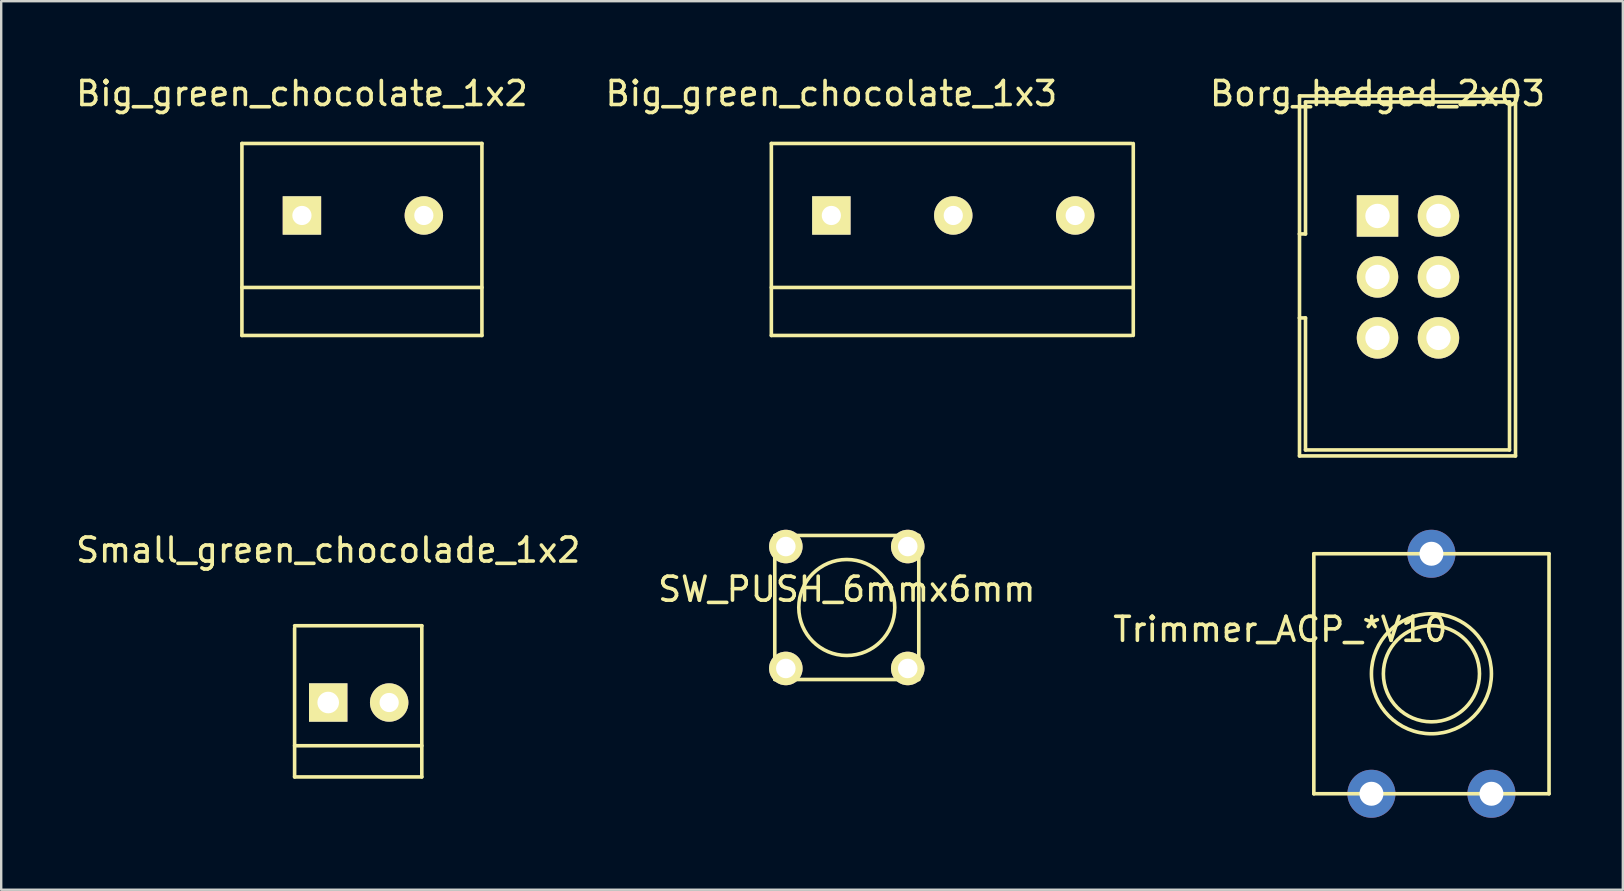
<source format=kicad_pcb>
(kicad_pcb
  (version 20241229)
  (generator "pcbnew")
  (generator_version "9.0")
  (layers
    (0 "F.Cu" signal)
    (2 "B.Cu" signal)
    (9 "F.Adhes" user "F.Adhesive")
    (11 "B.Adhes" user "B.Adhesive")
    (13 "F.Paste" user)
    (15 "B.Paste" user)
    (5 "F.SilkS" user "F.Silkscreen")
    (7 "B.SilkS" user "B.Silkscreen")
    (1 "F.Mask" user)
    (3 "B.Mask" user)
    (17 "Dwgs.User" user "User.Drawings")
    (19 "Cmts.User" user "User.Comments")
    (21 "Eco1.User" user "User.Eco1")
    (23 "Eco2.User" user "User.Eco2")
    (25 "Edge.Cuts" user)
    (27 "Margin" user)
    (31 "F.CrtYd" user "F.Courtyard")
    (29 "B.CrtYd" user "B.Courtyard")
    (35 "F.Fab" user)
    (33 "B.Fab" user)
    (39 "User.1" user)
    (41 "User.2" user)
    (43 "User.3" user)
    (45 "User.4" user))
  (footprint "Big_green_chocolate_1x2"
    (layer "F.Cu")
    (at 9.53 5.928)
    (property "Reference" "Big_green_chocolate_1x2" (at 0 -5.08 0) (layer "F.SilkS") (effects (font (size 1 1) (thickness 0.15))))
    (attr through_hole)
    (fp_line (start -2.5 -3) (end 7.5 -3) (stroke (width 0.15) (type solid)) (layer "F.SilkS"))
    (fp_line (start -2.5 3) (end 7.5 3) (stroke (width 0.15) (type solid)) (layer "F.SilkS"))
    (fp_line (start -2.5 5) (end -2.5 -3) (stroke (width 0.15) (type solid)) (layer "F.SilkS"))
    (fp_line (start 7.5 -3) (end 7.5 5) (stroke (width 0.15) (type solid)) (layer "F.SilkS"))
    (fp_line (start 7.5 5) (end -2.5 5) (stroke (width 0.15) (type solid)) (layer "F.SilkS"))
    (pad "1" thru_hole rect (at 0 0) (size 1.6 1.6) (drill 0.8) (layers "*.Cu" "*.Mask" "F.SilkS"))
    (pad "2" thru_hole circle (at 5.08 0) (size 1.6 1.6) (drill 0.8) (layers "*.Cu" "*.Mask" "F.SilkS")))
  (footprint "Big_green_chocolate_1x3"
    (layer "F.Cu")
    (at 31.589 5.928)
    (property "Reference" "Big_green_chocolate_1x3" (at 0 -5.08 0) (layer "F.SilkS") (effects (font (size 1 1) (thickness 0.15))))
    (attr through_hole)
    (fp_line (start -2.5 -3) (end 12.5 -3) (stroke (width 0.15) (type solid)) (layer "F.SilkS"))
    (fp_line (start -2.5 3) (end 12.5 3) (stroke (width 0.15) (type solid)) (layer "F.SilkS"))
    (fp_line (start -2.5 5) (end -2.5 -3) (stroke (width 0.15) (type solid)) (layer "F.SilkS"))
    (fp_line (start -2.5 5) (end 12.5 5) (stroke (width 0.15) (type solid)) (layer "F.SilkS"))
    (fp_line (start 12.58 -3) (end 12.58 5) (stroke (width 0.15) (type solid)) (layer "F.SilkS"))
    (pad "1" thru_hole rect (at 0 0) (size 1.6 1.6) (drill 0.8) (layers "*.Cu" "*.Mask" "F.SilkS"))
    (pad "2" thru_hole circle (at 5.08 0) (size 1.6 1.6) (drill 0.8) (layers "*.Cu" "*.Mask" "F.SilkS"))
    (pad "3" thru_hole circle (at 10.16 0) (size 1.6 1.6) (drill 0.8) (layers "*.Cu" "*.Mask" "F.SilkS")))
  (footprint "Borg_hedged_2x03"
    (layer "F.Cu")
    (at 54.345 5.948)
    (property "Reference" "Borg_hedged_2x03" (at 0 -5.1 0) (layer "F.SilkS") (effects (font (size 1 1) (thickness 0.15))))
    (attr through_hole)
    (fp_line (start -3.25 0.75) (end -3.25 -5) (stroke (width 0.15) (type solid)) (layer "F.SilkS"))
    (fp_line (start -3.25 4.25) (end -3.25 0.75) (stroke (width 0.15) (type solid)) (layer "F.SilkS"))
    (fp_line (start -3.25 10) (end -3.25 4.25) (stroke (width 0.15) (type solid)) (layer "F.SilkS"))
    (fp_line (start -3.25 10) (end 5.75 10) (stroke (width 0.15) (type solid)) (layer "F.SilkS"))
    (fp_line (start -3 -4.75) (end -3 0.75) (stroke (width 0.15) (type solid)) (layer "F.SilkS"))
    (fp_line (start -3 -4.75) (end 5.5 -4.75) (stroke (width 0.15) (type solid)) (layer "F.SilkS"))
    (fp_line (start -3 0.75) (end -3.25 0.75) (stroke (width 0.15) (type solid)) (layer "F.SilkS"))
    (fp_line (start -3 4.25) (end -3.25 4.25) (stroke (width 0.15) (type solid)) (layer "F.SilkS"))
    (fp_line (start -3 9.75) (end -3 4.25) (stroke (width 0.15) (type solid)) (layer "F.SilkS"))
    (fp_line (start 5.5 -4.75) (end 5.5 9.75) (stroke (width 0.15) (type solid)) (layer "F.SilkS"))
    (fp_line (start 5.5 9.75) (end -3 9.75) (stroke (width 0.15) (type solid)) (layer "F.SilkS"))
    (fp_line (start 5.75 -5) (end -3.25 -5) (stroke (width 0.15) (type solid)) (layer "F.SilkS"))
    (fp_line (start 5.75 10) (end 5.75 -5) (stroke (width 0.15) (type solid)) (layer "F.SilkS"))
    (pad "1" thru_hole rect (at 0 0) (size 1.727 1.727) (drill 1.016) (layers "*.Cu" "*.Mask" "F.SilkS"))
    (pad "2" thru_hole oval (at 2.54 0) (size 1.727 1.727) (drill 1.016) (layers "*.Cu" "*.Mask" "F.SilkS"))
    (pad "3" thru_hole oval (at 0 2.54) (size 1.727 1.727) (drill 1.016) (layers "*.Cu" "*.Mask" "F.SilkS"))
    (pad "4" thru_hole oval (at 2.54 2.54) (size 1.727 1.727) (drill 1.016) (layers "*.Cu" "*.Mask" "F.SilkS"))
    (pad "5" thru_hole oval (at 0 5.08) (size 1.727 1.727) (drill 1.016) (layers "*.Cu" "*.Mask" "F.SilkS"))
    (pad "6" thru_hole oval (at 2.54 5.08) (size 1.727 1.727) (drill 1.016) (layers "*.Cu" "*.Mask" "F.SilkS")))
  (footprint "SW_PUSH_6mmx6mm"
    (layer "F.Cu")
    (at 32.232 22.262)
    (property "Reference" "SW_PUSH_6mmx6mm" (at 0 -0.762 0) (layer "F.SilkS") (effects (font (size 1 1) (thickness 0.15))))
    (attr through_hole)
    (fp_line (start -3 -3) (end -3 3) (stroke (width 0.15) (type solid)) (layer "F.SilkS"))
    (fp_line (start -3 -3) (end 3 -3) (stroke (width 0.15) (type solid)) (layer "F.SilkS"))
    (fp_line (start 3 -3) (end 3 3) (stroke (width 0.15) (type solid)) (layer "F.SilkS"))
    (fp_line (start 3 3) (end -3 3) (stroke (width 0.15) (type solid)) (layer "F.SilkS"))
    (fp_circle (center 0 0) (end 0 -2) (stroke (width 0.15) (type solid)) (fill no) (layer "F.SilkS"))
    (pad "1" thru_hole circle (at -2.54 -2.54) (size 1.397 1.397) (drill 0.813) (layers "*.Cu" "*.Mask" "F.SilkS"))
    (pad "1" thru_hole circle (at 2.54 -2.54) (size 1.397 1.397) (drill 0.813) (layers "*.Cu" "*.Mask" "F.SilkS"))
    (pad "2" thru_hole circle (at -2.54 2.54) (size 1.397 1.397) (drill 0.813) (layers "*.Cu" "*.Mask" "F.SilkS"))
    (pad "2" thru_hole circle (at 2.54 2.54) (size 1.397 1.397) (drill 0.813) (layers "*.Cu" "*.Mask" "F.SilkS")))
  (footprint "Small_green_chocolade_1x2"
    (layer "F.Cu")
    (at 10.625 26.221)
    (property "Reference" "Small_green_chocolade_1x2" (at 0 -6.35 0) (layer "F.SilkS") (effects (font (size 1 1) (thickness 0.15))))
    (attr through_hole)
    (fp_line (start -1.4 -3.1) (end -1.4 3.1) (stroke (width 0.15) (type solid)) (layer "F.SilkS"))
    (fp_line (start -1.4 1.8) (end 3.9 1.8) (stroke (width 0.15) (type solid)) (layer "F.SilkS"))
    (fp_line (start -1.4 3.1) (end 3.9 3.1) (stroke (width 0.15) (type solid)) (layer "F.SilkS"))
    (fp_line (start 3.9 -3.2) (end -1.4 -3.2) (stroke (width 0.15) (type solid)) (layer "F.SilkS"))
    (fp_line (start 3.9 3.1) (end 3.9 -3.2) (stroke (width 0.15) (type solid)) (layer "F.SilkS"))
    (pad "1" thru_hole rect (at 0 0) (size 1.6 1.6) (drill 0.9) (layers "*.Cu" "*.Mask" "F.SilkS"))
    (pad "2" thru_hole circle (at 2.54 0) (size 1.6 1.6) (drill 0.8) (layers "*.Cu" "*.Mask" "F.SilkS")))
  (footprint "Trimmer_ACP_*V10"
    (layer "F.Cu")
    (at 56.592 25.023)
    (property "Reference" "Trimmer_ACP_*V10" (at -6.3 -1.85 0) (layer "F.SilkS") (effects (font (size 1 1) (thickness 0.15))))
    (attr through_hole)
    (fp_line (start -4.9 -5) (end -4.9 5) (stroke (width 0.15) (type solid)) (layer "F.SilkS"))
    (fp_line (start -4.9 5) (end 4.9 5) (stroke (width 0.15) (type solid)) (layer "F.SilkS"))
    (fp_line (start 4.9 -5) (end -4.9 -5) (stroke (width 0.15) (type solid)) (layer "F.SilkS"))
    (fp_line (start 4.9 5) (end 4.9 -5) (stroke (width 0.15) (type solid)) (layer "F.SilkS"))
    (fp_circle (center 0 0) (end 2 -0.1) (stroke (width 0.15) (type solid)) (fill no) (layer "F.SilkS"))
    (fp_circle (center 0 0) (end 2.5 0) (stroke (width 0.15) (type solid)) (fill no) (layer "F.SilkS"))
    (pad "1" thru_hole circle (at 0 -5) (size 2 2) (drill 1) (layers "*.Cu" "*.Mask"))
    (pad "2" thru_hole circle (at 2.5 5) (size 2 2) (drill 1) (layers "*.Cu" "*.Mask"))
    (pad "3" thru_hole circle (at -2.5 5) (size 2 2) (drill 1) (layers "*.Cu" "*.Mask")))
  (gr_rect
    (start -3 -3)
    (end 64.567 34.023)
    (stroke (width 0.1) (type default))
    (fill no)
    (layer "Edge.Cuts")))
</source>
